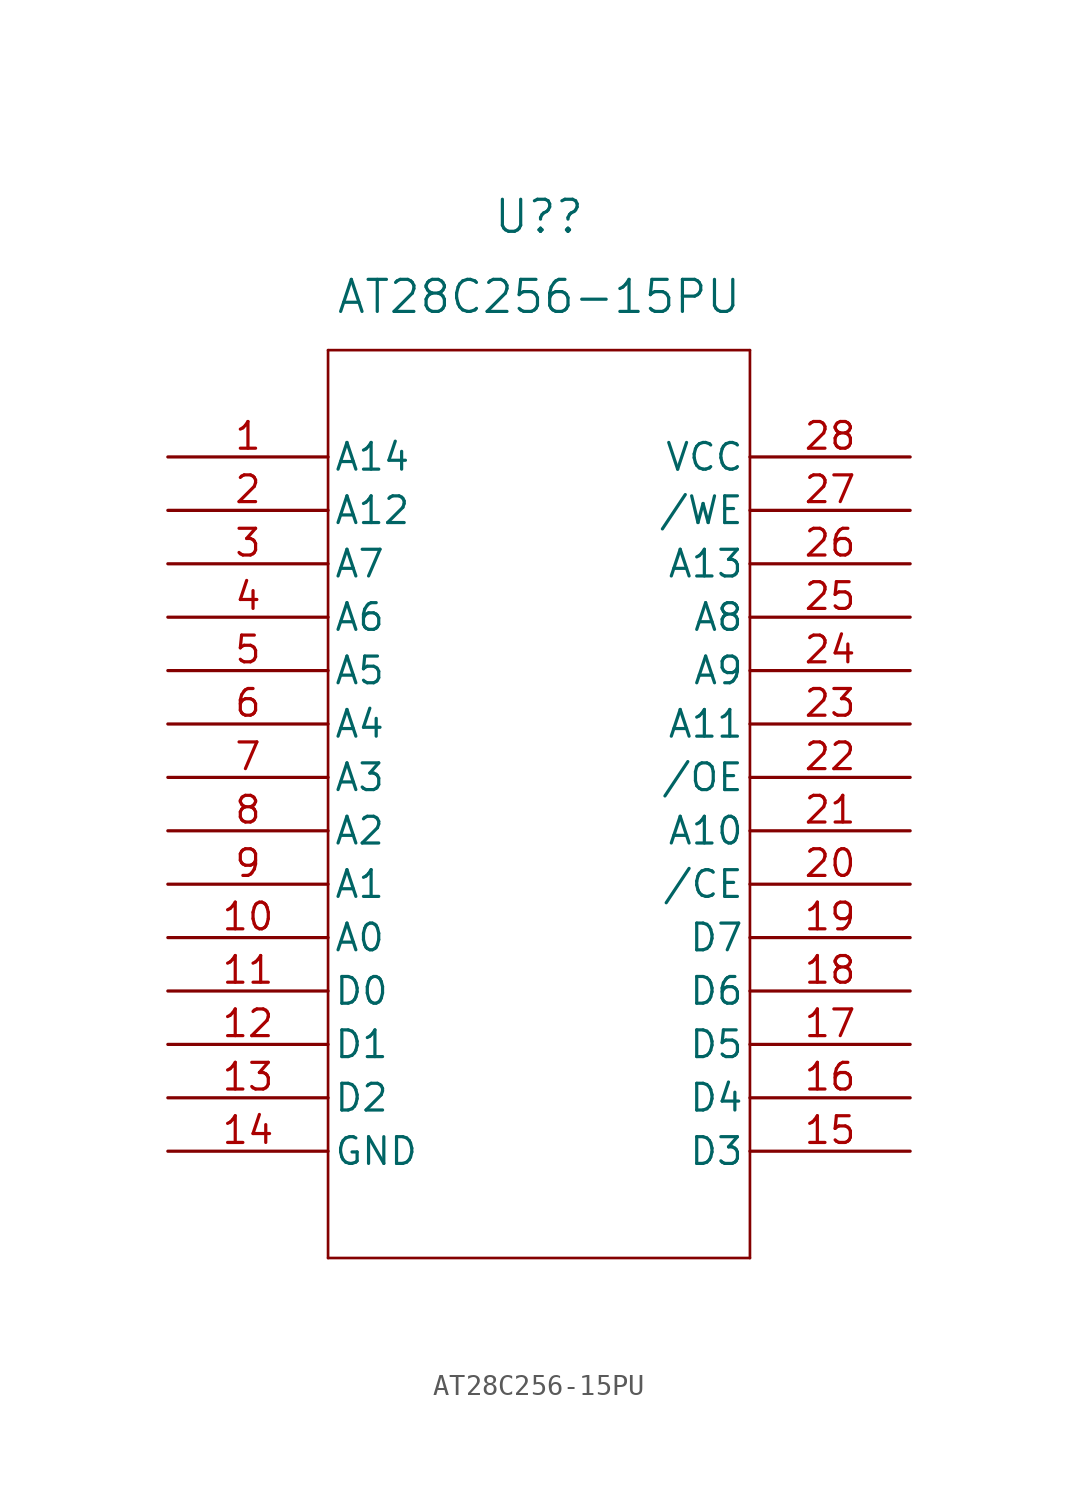
<source format=kicad_sym>
(kicad_symbol_lib
  (version 20211014)
  (generator kicad_symbol_editor)
  (symbol "AT28C256-15PU"
    (pin_names
      (offset 0.254))
    (property "Reference" "U?"
      (at 17.653 11.43 0)
      (effects (font (size 1.524 1.524))))
    (property "Value" "AT28C256-15PU"
      (at 17.653 7.62 0)
      (effects (font (size 1.524 1.524))))
    (property "ki_locked" ""
      (at 0 0 0)
      (effects (font (size 1.27 1.27))))
    (symbol "AT28C256-15PU_0_1"
      (polyline (pts (xy 7.62 -38.1) (xy 27.686 -38.1)) (stroke (width 0.127) (type default) (color 0 0 0 0)) (fill (type none)))
      (polyline (pts (xy 7.62 5.08) (xy 7.62 -38.1)) (stroke (width 0.127) (type default) (color 0 0 0 0)) (fill (type none)))
      (polyline (pts (xy 27.686 -38.1) (xy 27.686 5.08)) (stroke (width 0.127) (type default) (color 0 0 0 0)) (fill (type none)))
      (polyline (pts (xy 27.686 5.08) (xy 7.62 5.08)) (stroke (width 0.127) (type default) (color 0 0 0 0)) (fill (type none)))
      (pin bidirectional line (at 0 0 0) (length 7.62) (name "A14" (effects (font (size 1.27 1.27)))) (number "1" (effects (font (size 1.27 1.27)))))
      (pin bidirectional line (at 0 -22.86 0) (length 7.62) (name "A0" (effects (font (size 1.27 1.27)))) (number "10" (effects (font (size 1.27 1.27)))))
      (pin bidirectional line (at 0 -25.4 0) (length 7.62) (name "D0" (effects (font (size 1.27 1.27)))) (number "11" (effects (font (size 1.27 1.27)))))
      (pin bidirectional line (at 0 -27.94 0) (length 7.62) (name "D1" (effects (font (size 1.27 1.27)))) (number "12" (effects (font (size 1.27 1.27)))))
      (pin bidirectional line (at 0 -30.48 0) (length 7.62) (name "D2" (effects (font (size 1.27 1.27)))) (number "13" (effects (font (size 1.27 1.27)))))
      (pin power_in line (at 0 -33.02 0) (length 7.62) (name "GND" (effects (font (size 1.27 1.27)))) (number "14" (effects (font (size 1.27 1.27)))))
      (pin bidirectional line (at 35.306 -33.02 180) (length 7.62) (name "D3" (effects (font (size 1.27 1.27)))) (number "15" (effects (font (size 1.27 1.27)))))
      (pin bidirectional line (at 35.306 -30.48 180) (length 7.62) (name "D4" (effects (font (size 1.27 1.27)))) (number "16" (effects (font (size 1.27 1.27)))))
      (pin bidirectional line (at 35.306 -27.94 180) (length 7.62) (name "D5" (effects (font (size 1.27 1.27)))) (number "17" (effects (font (size 1.27 1.27)))))
      (pin bidirectional line (at 35.306 -25.4 180) (length 7.62) (name "D6" (effects (font (size 1.27 1.27)))) (number "18" (effects (font (size 1.27 1.27)))))
      (pin bidirectional line (at 35.306 -22.86 180) (length 7.62) (name "D7" (effects (font (size 1.27 1.27)))) (number "19" (effects (font (size 1.27 1.27)))))
      (pin bidirectional line (at 0 -2.54 0) (length 7.62) (name "A12" (effects (font (size 1.27 1.27)))) (number "2" (effects (font (size 1.27 1.27)))))
      (pin bidirectional line (at 35.306 -20.32 180) (length 7.62) (name "/CE" (effects (font (size 1.27 1.27)))) (number "20" (effects (font (size 1.27 1.27)))))
      (pin bidirectional line (at 35.306 -17.78 180) (length 7.62) (name "A10" (effects (font (size 1.27 1.27)))) (number "21" (effects (font (size 1.27 1.27)))))
      (pin bidirectional line (at 35.306 -15.24 180) (length 7.62) (name "/OE" (effects (font (size 1.27 1.27)))) (number "22" (effects (font (size 1.27 1.27)))))
      (pin bidirectional line (at 35.306 -12.7 180) (length 7.62) (name "A11" (effects (font (size 1.27 1.27)))) (number "23" (effects (font (size 1.27 1.27)))))
      (pin bidirectional line (at 35.306 -10.16 180) (length 7.62) (name "A9" (effects (font (size 1.27 1.27)))) (number "24" (effects (font (size 1.27 1.27)))))
      (pin bidirectional line (at 35.306 -7.62 180) (length 7.62) (name "A8" (effects (font (size 1.27 1.27)))) (number "25" (effects (font (size 1.27 1.27)))))
      (pin bidirectional line (at 35.306 -5.08 180) (length 7.62) (name "A13" (effects (font (size 1.27 1.27)))) (number "26" (effects (font (size 1.27 1.27)))))
      (pin bidirectional line (at 35.306 -2.54 180) (length 7.62) (name "/WE" (effects (font (size 1.27 1.27)))) (number "27" (effects (font (size 1.27 1.27)))))
      (pin power_in line (at 35.306 0 180) (length 7.62) (name "VCC" (effects (font (size 1.27 1.27)))) (number "28" (effects (font (size 1.27 1.27)))))
      (pin bidirectional line (at 0 -5.08 0) (length 7.62) (name "A7" (effects (font (size 1.27 1.27)))) (number "3" (effects (font (size 1.27 1.27)))))
      (pin bidirectional line (at 0 -7.62 0) (length 7.62) (name "A6" (effects (font (size 1.27 1.27)))) (number "4" (effects (font (size 1.27 1.27)))))
      (pin bidirectional line (at 0 -10.16 0) (length 7.62) (name "A5" (effects (font (size 1.27 1.27)))) (number "5" (effects (font (size 1.27 1.27)))))
      (pin bidirectional line (at 0 -12.7 0) (length 7.62) (name "A4" (effects (font (size 1.27 1.27)))) (number "6" (effects (font (size 1.27 1.27)))))
      (pin bidirectional line (at 0 -15.24 0) (length 7.62) (name "A3" (effects (font (size 1.27 1.27)))) (number "7" (effects (font (size 1.27 1.27)))))
      (pin bidirectional line (at 0 -17.78 0) (length 7.62) (name "A2" (effects (font (size 1.27 1.27)))) (number "8" (effects (font (size 1.27 1.27)))))
      (pin bidirectional line (at 0 -20.32 0) (length 7.62) (name "A1" (effects (font (size 1.27 1.27)))) (number "9" (effects (font (size 1.27 1.27))))))))
</source>
